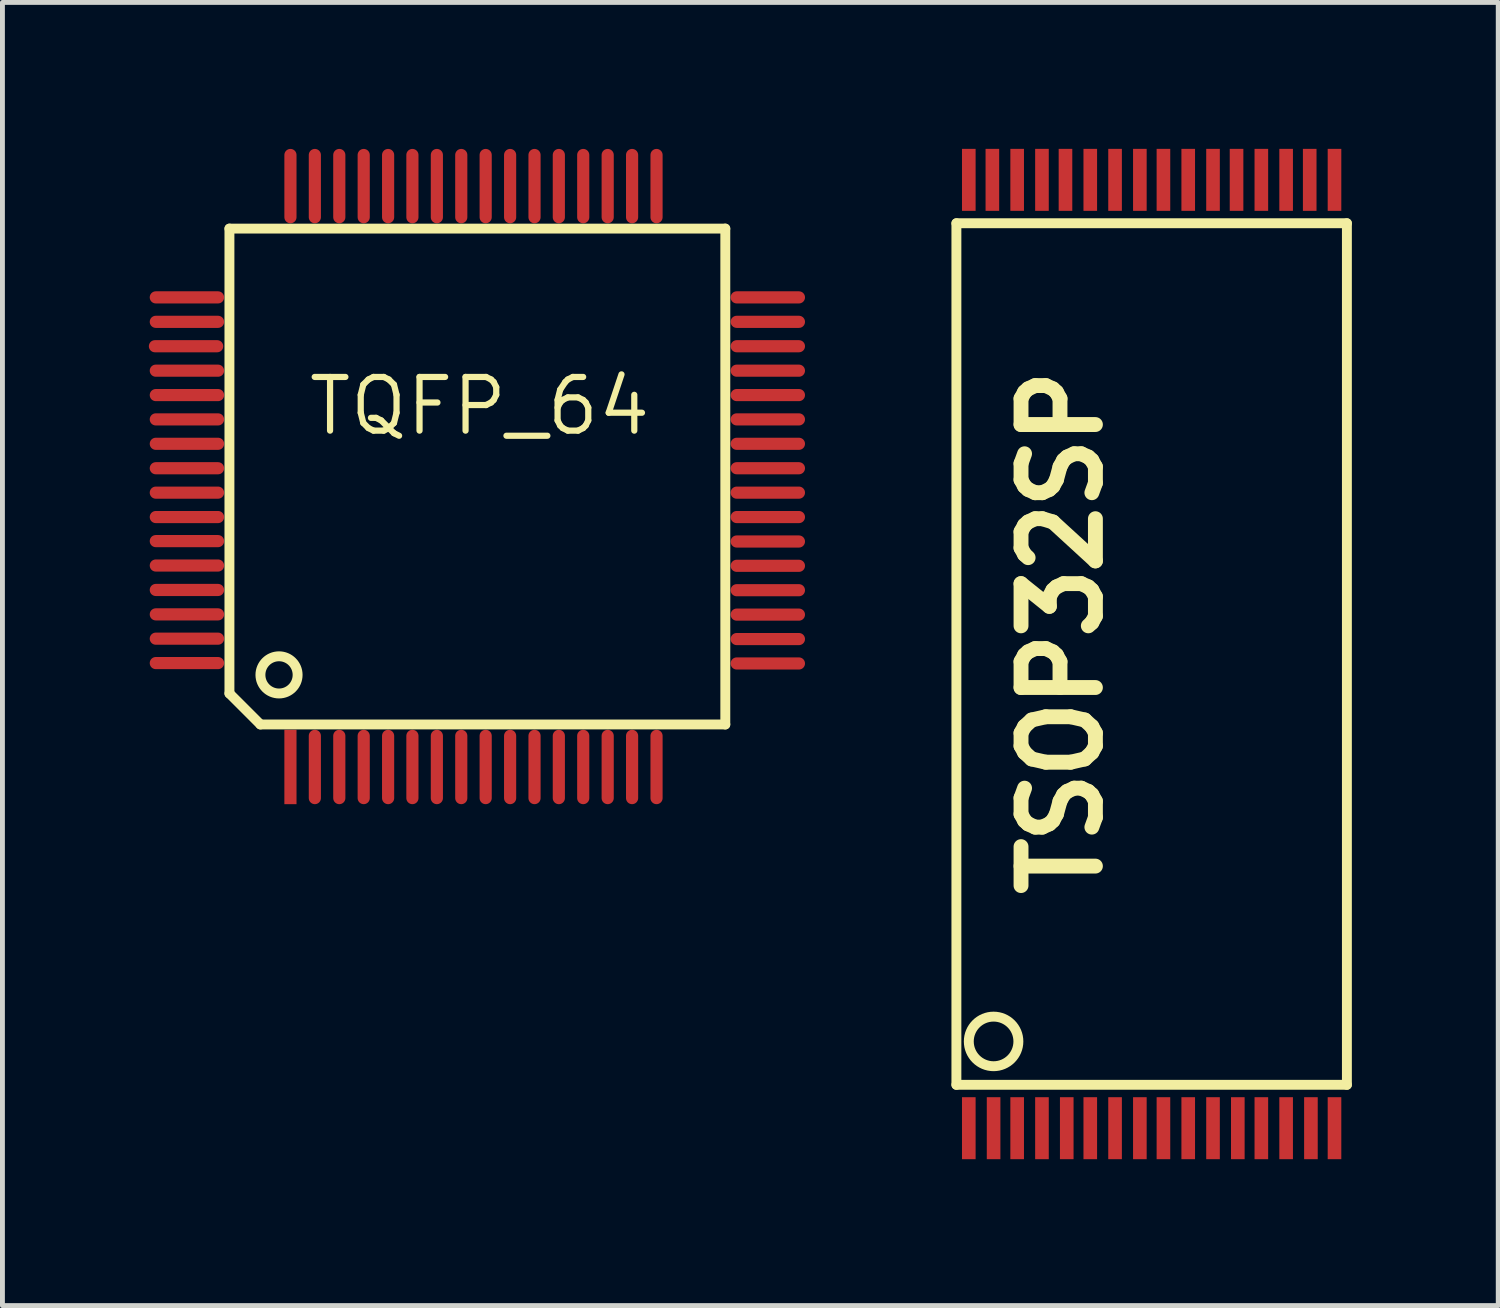
<source format=kicad_pcb>
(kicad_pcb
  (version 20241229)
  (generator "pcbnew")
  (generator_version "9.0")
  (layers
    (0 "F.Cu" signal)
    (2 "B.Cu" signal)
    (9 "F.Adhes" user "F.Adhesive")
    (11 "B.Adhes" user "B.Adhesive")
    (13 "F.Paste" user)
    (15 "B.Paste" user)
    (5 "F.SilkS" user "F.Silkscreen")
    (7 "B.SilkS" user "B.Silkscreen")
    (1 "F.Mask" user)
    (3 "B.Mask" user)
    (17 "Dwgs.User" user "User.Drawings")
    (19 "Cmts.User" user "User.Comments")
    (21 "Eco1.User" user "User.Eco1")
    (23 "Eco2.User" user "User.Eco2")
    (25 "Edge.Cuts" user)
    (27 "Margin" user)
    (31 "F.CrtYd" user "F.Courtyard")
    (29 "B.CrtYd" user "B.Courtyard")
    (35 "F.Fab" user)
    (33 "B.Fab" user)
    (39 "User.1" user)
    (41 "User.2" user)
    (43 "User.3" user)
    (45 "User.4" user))
  (footprint "TQFP_64"
    (layer "F.Cu")
    (at 6.65 6.795)
    (property "Reference" "TQFP_64" (at 0.127 -1.524 0) (layer "F.SilkS") (effects (font (size 1.1 1.1) (thickness 0.127))))
    (attr through_hole)
    (fp_line (start -4.999 -5.161) (end -4.999 4.364) (stroke (width 0.203) (type solid)) (layer "F.SilkS"))
    (fp_line (start -4.999 4.364) (end -4.364 4.999) (stroke (width 0.203) (type solid)) (layer "F.SilkS"))
    (fp_line (start -4.364 4.999) (end 5.161 4.999) (stroke (width 0.203) (type solid)) (layer "F.SilkS"))
    (fp_line (start 5.161 -5.161) (end -4.999 -5.161) (stroke (width 0.203) (type solid)) (layer "F.SilkS"))
    (fp_line (start 5.161 4.999) (end 5.161 -5.161) (stroke (width 0.203) (type solid)) (layer "F.SilkS"))
    (fp_circle (center -3.983 3.983) (end -3.983 3.602) (stroke (width 0.203) (type solid)) (fill no) (layer "F.SilkS"))
    (pad "1" smd rect (at -3.749 5.87) (size 0.249 1.524) (layers "F.Cu" "F.Mask" "F.Paste"))
    (pad "2" smd oval (at -3.249 5.87) (size 0.249 1.524) (layers "F.Cu" "F.Mask" "F.Paste"))
    (pad "3" smd oval (at -2.748 5.87) (size 0.249 1.524) (layers "F.Cu" "F.Mask" "F.Paste"))
    (pad "4" smd oval (at -2.248 5.87) (size 0.249 1.524) (layers "F.Cu" "F.Mask" "F.Paste"))
    (pad "5" smd oval (at -1.748 5.87) (size 0.249 1.524) (layers "F.Cu" "F.Mask" "F.Paste"))
    (pad "6" smd oval (at -1.25 5.87) (size 0.249 1.524) (layers "F.Cu" "F.Mask" "F.Paste"))
    (pad "7" smd oval (at -0.749 5.87) (size 0.249 1.524) (layers "F.Cu" "F.Mask" "F.Paste"))
    (pad "8" smd oval (at -0.249 5.87) (size 0.249 1.524) (layers "F.Cu" "F.Mask" "F.Paste"))
    (pad "9" smd oval (at 0.251 5.87) (size 0.249 1.524) (layers "F.Cu" "F.Mask" "F.Paste"))
    (pad "10" smd oval (at 0.752 5.87) (size 0.249 1.524) (layers "F.Cu" "F.Mask" "F.Paste"))
    (pad "11" smd oval (at 1.252 5.87) (size 0.249 1.524) (layers "F.Cu" "F.Mask" "F.Paste"))
    (pad "12" smd oval (at 1.75 5.87) (size 0.249 1.524) (layers "F.Cu" "F.Mask" "F.Paste"))
    (pad "13" smd oval (at 2.25 5.87) (size 0.249 1.524) (layers "F.Cu" "F.Mask" "F.Paste"))
    (pad "14" smd oval (at 2.751 5.87) (size 0.249 1.524) (layers "F.Cu" "F.Mask" "F.Paste"))
    (pad "15" smd oval (at 3.251 5.87) (size 0.249 1.524) (layers "F.Cu" "F.Mask" "F.Paste"))
    (pad "16" smd oval (at 3.752 5.87) (size 0.249 1.524) (layers "F.Cu" "F.Mask" "F.Paste"))
    (pad "17" smd oval (at 6.032 3.749) (size 1.524 0.249) (layers "F.Cu" "F.Mask" "F.Paste"))
    (pad "18" smd oval (at 6.032 3.249) (size 1.524 0.249) (layers "F.Cu" "F.Mask" "F.Paste"))
    (pad "19" smd oval (at 6.032 2.748) (size 1.524 0.249) (layers "F.Cu" "F.Mask" "F.Paste"))
    (pad "20" smd oval (at 6.032 2.248) (size 1.524 0.249) (layers "F.Cu" "F.Mask" "F.Paste"))
    (pad "21" smd oval (at 6.032 1.748) (size 1.524 0.249) (layers "F.Cu" "F.Mask" "F.Paste"))
    (pad "22" smd oval (at 6.032 1.25) (size 1.524 0.249) (layers "F.Cu" "F.Mask" "F.Paste"))
    (pad "23" smd oval (at 6.032 0.749) (size 1.524 0.249) (layers "F.Cu" "F.Mask" "F.Paste"))
    (pad "24" smd oval (at 6.032 0.249) (size 1.524 0.249) (layers "F.Cu" "F.Mask" "F.Paste"))
    (pad "25" smd oval (at 6.032 -0.251) (size 1.524 0.249) (layers "F.Cu" "F.Mask" "F.Paste"))
    (pad "26" smd oval (at 6.032 -0.752) (size 1.524 0.249) (layers "F.Cu" "F.Mask" "F.Paste"))
    (pad "27" smd oval (at 6.032 -1.252) (size 1.524 0.249) (layers "F.Cu" "F.Mask" "F.Paste"))
    (pad "28" smd oval (at 6.032 -1.75) (size 1.524 0.249) (layers "F.Cu" "F.Mask" "F.Paste"))
    (pad "29" smd oval (at 6.032 -2.25) (size 1.524 0.249) (layers "F.Cu" "F.Mask" "F.Paste"))
    (pad "30" smd oval (at 6.032 -2.751) (size 1.524 0.249) (layers "F.Cu" "F.Mask" "F.Paste"))
    (pad "31" smd oval (at 6.032 -3.251) (size 1.524 0.249) (layers "F.Cu" "F.Mask" "F.Paste"))
    (pad "32" smd oval (at 6.032 -3.752) (size 1.524 0.249) (layers "F.Cu" "F.Mask" "F.Paste"))
    (pad "33" smd oval (at 3.752 -6.032) (size 0.249 1.524) (layers "F.Cu" "F.Mask" "F.Paste"))
    (pad "34" smd oval (at 3.251 -6.032) (size 0.249 1.524) (layers "F.Cu" "F.Mask" "F.Paste"))
    (pad "35" smd oval (at 2.751 -6.032) (size 0.249 1.524) (layers "F.Cu" "F.Mask" "F.Paste"))
    (pad "36" smd oval (at 2.25 -6.032) (size 0.249 1.524) (layers "F.Cu" "F.Mask" "F.Paste"))
    (pad "37" smd oval (at 1.75 -6.032) (size 0.249 1.524) (layers "F.Cu" "F.Mask" "F.Paste"))
    (pad "38" smd oval (at 1.252 -6.032) (size 0.249 1.524) (layers "F.Cu" "F.Mask" "F.Paste"))
    (pad "39" smd oval (at 0.752 -6.032) (size 0.249 1.524) (layers "F.Cu" "F.Mask" "F.Paste"))
    (pad "40" smd oval (at 0.251 -6.032) (size 0.249 1.524) (layers "F.Cu" "F.Mask" "F.Paste"))
    (pad "41" smd oval (at -0.249 -6.032) (size 0.249 1.524) (layers "F.Cu" "F.Mask" "F.Paste"))
    (pad "42" smd oval (at -0.749 -6.032) (size 0.249 1.524) (layers "F.Cu" "F.Mask" "F.Paste"))
    (pad "43" smd oval (at -1.25 -6.032) (size 0.249 1.524) (layers "F.Cu" "F.Mask" "F.Paste"))
    (pad "44" smd oval (at -1.748 -6.032) (size 0.249 1.524) (layers "F.Cu" "F.Mask" "F.Paste"))
    (pad "45" smd oval (at -2.248 -6.032) (size 0.249 1.524) (layers "F.Cu" "F.Mask" "F.Paste"))
    (pad "46" smd oval (at -2.748 -6.032) (size 0.249 1.524) (layers "F.Cu" "F.Mask" "F.Paste"))
    (pad "47" smd oval (at -3.249 -6.032) (size 0.249 1.524) (layers "F.Cu" "F.Mask" "F.Paste"))
    (pad "48" smd oval (at -3.749 -6.032) (size 0.249 1.524) (layers "F.Cu" "F.Mask" "F.Paste"))
    (pad "49" smd oval (at -5.87 -3.752) (size 1.524 0.249) (layers "F.Cu" "F.Mask" "F.Paste"))
    (pad "50" smd oval (at -5.87 -3.251) (size 1.524 0.249) (layers "F.Cu" "F.Mask" "F.Paste"))
    (pad "51" smd oval (at -5.888 -2.751) (size 1.524 0.249) (layers "F.Cu" "F.Mask" "F.Paste"))
    (pad "52" smd oval (at -5.87 -2.25) (size 1.524 0.249) (layers "F.Cu" "F.Mask" "F.Paste"))
    (pad "53" smd oval (at -5.87 -1.75) (size 1.524 0.249) (layers "F.Cu" "F.Mask" "F.Paste"))
    (pad "54" smd oval (at -5.87 -1.252) (size 1.524 0.249) (layers "F.Cu" "F.Mask" "F.Paste"))
    (pad "55" smd oval (at -5.87 -0.752) (size 1.524 0.249) (layers "F.Cu" "F.Mask" "F.Paste"))
    (pad "56" smd oval (at -5.87 -0.251) (size 1.524 0.249) (layers "F.Cu" "F.Mask" "F.Paste"))
    (pad "57" smd oval (at -5.87 0.249) (size 1.524 0.249) (layers "F.Cu" "F.Mask" "F.Paste"))
    (pad "58" smd oval (at -5.87 0.749) (size 1.524 0.249) (layers "F.Cu" "F.Mask" "F.Paste"))
    (pad "59" smd oval (at -5.87 1.242) (size 1.524 0.249) (layers "F.Cu" "F.Mask" "F.Paste"))
    (pad "60" smd oval (at -5.87 1.742) (size 1.524 0.249) (layers "F.Cu" "F.Mask" "F.Paste"))
    (pad "61" smd oval (at -5.87 2.243) (size 1.524 0.249) (layers "F.Cu" "F.Mask" "F.Paste"))
    (pad "62" smd oval (at -5.87 2.743) (size 1.524 0.249) (layers "F.Cu" "F.Mask" "F.Paste"))
    (pad "63" smd oval (at -5.87 3.241) (size 1.524 0.249) (layers "F.Cu" "F.Mask" "F.Paste"))
    (pad "64" smd oval (at -5.87 3.741) (size 1.524 0.249) (layers "F.Cu" "F.Mask" "F.Paste")))
  (footprint "TSOP32SP"
    (layer "F.Cu")
    (at 20.61 10.414)
    (property "Reference" "TSOP32SP" (at -1.905 -0.508 90) (layer "F.SilkS") (effects (font (size 1.524 1.397) (thickness 0.305))))
    (attr smd)
    (fp_line (start -4.064 -8.89) (end 3.937 -8.89) (stroke (width 0.203) (type solid)) (layer "F.SilkS"))
    (fp_line (start -4.064 8.763) (end -4.064 -8.89) (stroke (width 0.203) (type solid)) (layer "F.SilkS"))
    (fp_line (start 3.937 -8.89) (end 3.937 8.763) (stroke (width 0.203) (type solid)) (layer "F.SilkS"))
    (fp_line (start 3.937 8.763) (end -4.064 8.763) (stroke (width 0.203) (type solid)) (layer "F.SilkS"))
    (fp_circle (center -3.302 7.874) (end -3.302 8.382) (stroke (width 0.203) (type solid)) (fill no) (layer "F.SilkS"))
    (pad "1" smd rect (at -3.81 9.652) (size 0.279 1.27) (layers "F.Cu" "F.Mask" "F.Paste"))
    (pad "2" smd rect (at -3.302 9.652) (size 0.279 1.27) (layers "F.Cu" "F.Mask" "F.Paste"))
    (pad "3" smd rect (at -2.819 9.652) (size 0.279 1.27) (layers "F.Cu" "F.Mask" "F.Paste"))
    (pad "4" smd rect (at -2.311 9.652) (size 0.279 1.27) (layers "F.Cu" "F.Mask" "F.Paste"))
    (pad "5" smd rect (at -1.803 9.652) (size 0.279 1.27) (layers "F.Cu" "F.Mask" "F.Paste"))
    (pad "6" smd rect (at -1.321 9.652) (size 0.279 1.27) (layers "F.Cu" "F.Mask" "F.Paste"))
    (pad "7" smd rect (at -0.813 9.652) (size 0.279 1.27) (layers "F.Cu" "F.Mask" "F.Paste"))
    (pad "8" smd rect (at -0.305 9.652) (size 0.279 1.27) (layers "F.Cu" "F.Mask" "F.Paste"))
    (pad "9" smd rect (at 0.178 9.652) (size 0.279 1.27) (layers "F.Cu" "F.Mask" "F.Paste"))
    (pad "10" smd rect (at 0.686 9.652) (size 0.279 1.27) (layers "F.Cu" "F.Mask" "F.Paste"))
    (pad "11" smd rect (at 1.194 9.652) (size 0.279 1.27) (layers "F.Cu" "F.Mask" "F.Paste"))
    (pad "12" smd rect (at 1.702 9.652) (size 0.279 1.27) (layers "F.Cu" "F.Mask" "F.Paste"))
    (pad "13" smd rect (at 2.184 9.652) (size 0.279 1.27) (layers "F.Cu" "F.Mask" "F.Paste"))
    (pad "14" smd rect (at 2.692 9.652) (size 0.279 1.27) (layers "F.Cu" "F.Mask" "F.Paste"))
    (pad "15" smd rect (at 3.2 9.652) (size 0.279 1.27) (layers "F.Cu" "F.Mask" "F.Paste"))
    (pad "16" smd rect (at 3.683 9.652) (size 0.279 1.27) (layers "F.Cu" "F.Mask" "F.Paste"))
    (pad "17" smd rect (at 3.683 -9.779) (size 0.279 1.27) (layers "F.Cu" "F.Mask" "F.Paste"))
    (pad "18" smd rect (at 3.175 -9.779) (size 0.279 1.27) (layers "F.Cu" "F.Mask" "F.Paste"))
    (pad "19" smd rect (at 2.692 -9.779) (size 0.279 1.27) (layers "F.Cu" "F.Mask" "F.Paste"))
    (pad "20" smd rect (at 2.184 -9.779) (size 0.279 1.27) (layers "F.Cu" "F.Mask" "F.Paste"))
    (pad "21" smd rect (at 1.676 -9.779) (size 0.279 1.27) (layers "F.Cu" "F.Mask" "F.Paste"))
    (pad "22" smd rect (at 1.194 -9.779) (size 0.279 1.27) (layers "F.Cu" "F.Mask" "F.Paste"))
    (pad "23" smd rect (at 0.686 -9.779) (size 0.279 1.27) (layers "F.Cu" "F.Mask" "F.Paste"))
    (pad "24" smd rect (at 0.178 -9.779) (size 0.279 1.27) (layers "F.Cu" "F.Mask" "F.Paste"))
    (pad "25" smd rect (at -0.305 -9.779) (size 0.279 1.27) (layers "F.Cu" "F.Mask" "F.Paste"))
    (pad "26" smd rect (at -0.813 -9.779) (size 0.279 1.27) (layers "F.Cu" "F.Mask" "F.Paste"))
    (pad "27" smd rect (at -1.321 -9.779) (size 0.279 1.27) (layers "F.Cu" "F.Mask" "F.Paste"))
    (pad "28" smd rect (at -1.829 -9.779) (size 0.279 1.27) (layers "F.Cu" "F.Mask" "F.Paste"))
    (pad "29" smd rect (at -2.311 -9.779) (size 0.279 1.27) (layers "F.Cu" "F.Mask" "F.Paste"))
    (pad "30" smd rect (at -2.819 -9.779) (size 0.279 1.27) (layers "F.Cu" "F.Mask" "F.Paste"))
    (pad "31" smd rect (at -3.327 -9.779) (size 0.279 1.27) (layers "F.Cu" "F.Mask" "F.Paste"))
    (pad "32" smd rect (at -3.81 -9.779) (size 0.279 1.27) (layers "F.Cu" "F.Mask" "F.Paste")))
  (gr_rect
    (start -3 -3)
    (end 27.648 23.701)
    (stroke (width 0.1) (type default))
    (fill no)
    (layer "Edge.Cuts")))
</source>
